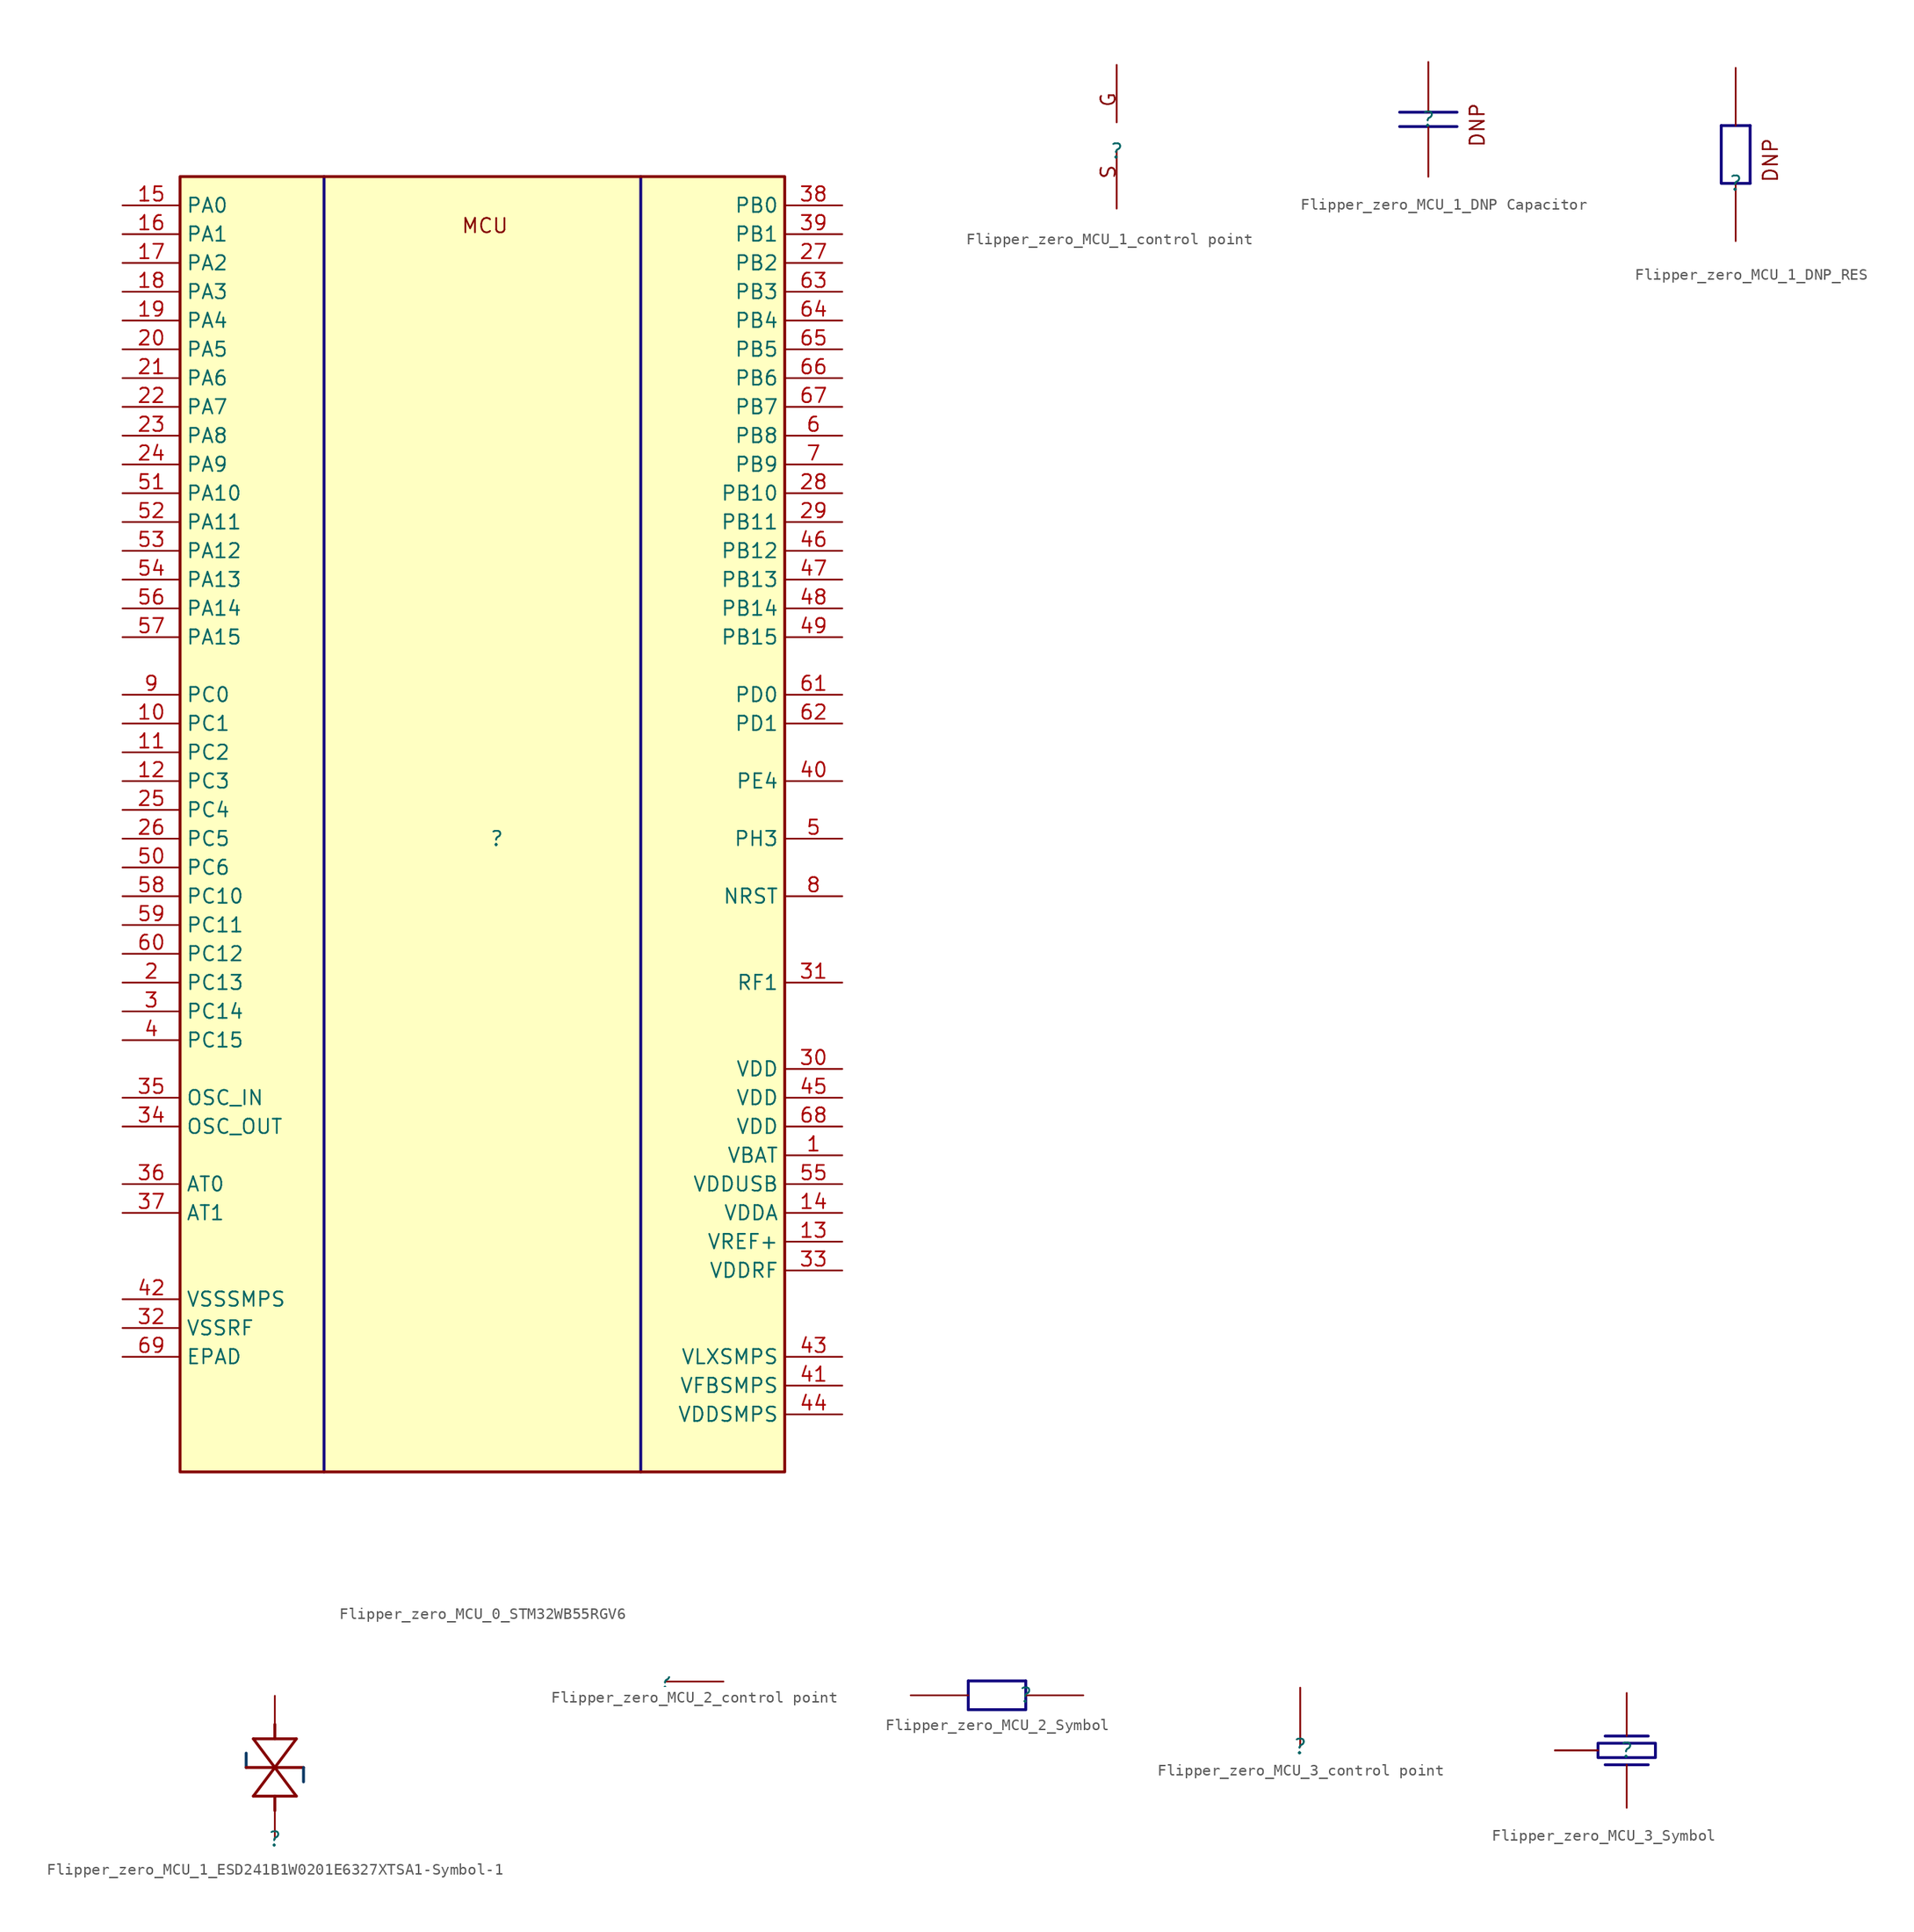
<source format=kicad_sym>
(kicad_symbol_lib
  (version 20220914)
  (generator kicad_symbol_editor)
  (symbol "Flipper_zero_MCU_0_STM32WB55RGV6"
    (property "Reference" ""
      (at 0 0 0)
      (effects (font (size 1.27 1.27))))
    (property "Value" ""
      (at 0 0 0)
      (effects (font (size 1.27 1.27))))
    (symbol "Flipper_zero_MCU_0_STM32WB55RGV6_1_0"
      (polyline (pts (xy -15.24 -55.88) (xy -15.24 58.42)) (stroke (width 0.254) (type solid) (color 17 3 127 1)) (fill (type none)))
      (polyline (pts (xy 12.7 58.42) (xy 12.7 -55.88)) (stroke (width 0.254) (type solid) (color 17 3 127 1)) (fill (type none)))
      (rectangle (start 25.4 58.42) (end -27.94 -55.88) (stroke (width 0.254) (type solid)) (fill (type background)))
      (text "MCU" (at -3.175 53.34 0) (effects (font (size 1.27 1.27)) (justify left bottom)))
      (pin power_in line (at 30.48 -27.94 180) (length 5.08) (name "VBAT" (effects (font (size 1.27 1.27)))) (number "1" (effects (font (size 1.27 1.27)))))
      (pin bidirectional line (at -33.02 10.16 0) (length 5.08) (name "PC1" (effects (font (size 1.27 1.27)))) (number "10" (effects (font (size 1.27 1.27)))))
      (pin input line (at -33.02 7.62 0) (length 5.08) (name "PC2" (effects (font (size 1.27 1.27)))) (number "11" (effects (font (size 1.27 1.27)))))
      (pin bidirectional line (at -33.02 5.08 0) (length 5.08) (name "PC3" (effects (font (size 1.27 1.27)))) (number "12" (effects (font (size 1.27 1.27)))))
      (pin power_in line (at 30.48 -35.56 180) (length 5.08) (name "VREF+" (effects (font (size 1.27 1.27)))) (number "13" (effects (font (size 1.27 1.27)))))
      (pin power_in line (at 30.48 -33.02 180) (length 5.08) (name "VDDA" (effects (font (size 1.27 1.27)))) (number "14" (effects (font (size 1.27 1.27)))))
      (pin input line (at -33.02 55.88 0) (length 5.08) (name "PA0" (effects (font (size 1.27 1.27)))) (number "15" (effects (font (size 1.27 1.27)))))
      (pin bidirectional line (at -33.02 53.34 0) (length 5.08) (name "PA1" (effects (font (size 1.27 1.27)))) (number "16" (effects (font (size 1.27 1.27)))))
      (pin output line (at -33.02 50.8 0) (length 5.08) (name "PA2" (effects (font (size 1.27 1.27)))) (number "17" (effects (font (size 1.27 1.27)))))
      (pin output line (at -33.02 48.26 0) (length 5.08) (name "PA3" (effects (font (size 1.27 1.27)))) (number "18" (effects (font (size 1.27 1.27)))))
      (pin bidirectional line (at -33.02 45.72 0) (length 5.08) (name "PA4" (effects (font (size 1.27 1.27)))) (number "19" (effects (font (size 1.27 1.27)))))
      (pin input line (at -33.02 -12.7 0) (length 5.08) (name "PC13" (effects (font (size 1.27 1.27)))) (number "2" (effects (font (size 1.27 1.27)))))
      (pin bidirectional line (at -33.02 43.18 0) (length 5.08) (name "PA5" (effects (font (size 1.27 1.27)))) (number "20" (effects (font (size 1.27 1.27)))))
      (pin bidirectional line (at -33.02 40.64 0) (length 5.08) (name "PA6" (effects (font (size 1.27 1.27)))) (number "21" (effects (font (size 1.27 1.27)))))
      (pin bidirectional line (at -33.02 38.1 0) (length 5.08) (name "PA7" (effects (font (size 1.27 1.27)))) (number "22" (effects (font (size 1.27 1.27)))))
      (pin output line (at -33.02 35.56 0) (length 5.08) (name "PA8" (effects (font (size 1.27 1.27)))) (number "23" (effects (font (size 1.27 1.27)))))
      (pin output line (at -33.02 33.02 0) (length 5.08) (name "PA9" (effects (font (size 1.27 1.27)))) (number "24" (effects (font (size 1.27 1.27)))))
      (pin output line (at -33.02 2.54 0) (length 5.08) (name "PC4" (effects (font (size 1.27 1.27)))) (number "25" (effects (font (size 1.27 1.27)))))
      (pin input line (at -33.02 0 0) (length 5.08) (name "PC5" (effects (font (size 1.27 1.27)))) (number "26" (effects (font (size 1.27 1.27)))))
      (pin bidirectional line (at 30.48 50.8 180) (length 5.08) (name "PB2" (effects (font (size 1.27 1.27)))) (number "27" (effects (font (size 1.27 1.27)))))
      (pin input line (at 30.48 30.48 180) (length 5.08) (name "PB10" (effects (font (size 1.27 1.27)))) (number "28" (effects (font (size 1.27 1.27)))))
      (pin input line (at 30.48 27.94 180) (length 5.08) (name "PB11" (effects (font (size 1.27 1.27)))) (number "29" (effects (font (size 1.27 1.27)))))
      (pin bidirectional line (at -33.02 -15.24 0) (length 5.08) (name "PC14" (effects (font (size 1.27 1.27)))) (number "3" (effects (font (size 1.27 1.27)))))
      (pin power_in line (at 30.48 -20.32 180) (length 5.08) (name "VDD" (effects (font (size 1.27 1.27)))) (number "30" (effects (font (size 1.27 1.27)))))
      (pin bidirectional line (at 30.48 -12.7 180) (length 5.08) (name "RF1" (effects (font (size 1.27 1.27)))) (number "31" (effects (font (size 1.27 1.27)))))
      (pin power_in line (at -33.02 -43.18 0) (length 5.08) (name "VSSRF" (effects (font (size 1.27 1.27)))) (number "32" (effects (font (size 1.27 1.27)))))
      (pin power_in line (at 30.48 -38.1 180) (length 5.08) (name "VDDRF" (effects (font (size 1.27 1.27)))) (number "33" (effects (font (size 1.27 1.27)))))
      (pin output line (at -33.02 -25.4 0) (length 5.08) (name "OSC_OUT" (effects (font (size 1.27 1.27)))) (number "34" (effects (font (size 1.27 1.27)))))
      (pin input line (at -33.02 -22.86 0) (length 5.08) (name "OSC_IN" (effects (font (size 1.27 1.27)))) (number "35" (effects (font (size 1.27 1.27)))))
      (pin output line (at -33.02 -30.48 0) (length 5.08) (name "AT0" (effects (font (size 1.27 1.27)))) (number "36" (effects (font (size 1.27 1.27)))))
      (pin output line (at -33.02 -33.02 0) (length 5.08) (name "AT1" (effects (font (size 1.27 1.27)))) (number "37" (effects (font (size 1.27 1.27)))))
      (pin output line (at 30.48 55.88 180) (length 5.08) (name "PB0" (effects (font (size 1.27 1.27)))) (number "38" (effects (font (size 1.27 1.27)))))
      (pin output line (at 30.48 53.34 180) (length 5.08) (name "PB1" (effects (font (size 1.27 1.27)))) (number "39" (effects (font (size 1.27 1.27)))))
      (pin bidirectional line (at -33.02 -17.78 0) (length 5.08) (name "PC15" (effects (font (size 1.27 1.27)))) (number "4" (effects (font (size 1.27 1.27)))))
      (pin output line (at 30.48 5.08 180) (length 5.08) (name "PE4" (effects (font (size 1.27 1.27)))) (number "40" (effects (font (size 1.27 1.27)))))
      (pin power_in line (at 30.48 -48.26 180) (length 5.08) (name "VFBSMPS" (effects (font (size 1.27 1.27)))) (number "41" (effects (font (size 1.27 1.27)))))
      (pin power_in line (at -33.02 -40.64 0) (length 5.08) (name "VSSSMPS" (effects (font (size 1.27 1.27)))) (number "42" (effects (font (size 1.27 1.27)))))
      (pin power_in line (at 30.48 -45.72 180) (length 5.08) (name "VLXSMPS" (effects (font (size 1.27 1.27)))) (number "43" (effects (font (size 1.27 1.27)))))
      (pin power_in line (at 30.48 -50.8 180) (length 5.08) (name "VDDSMPS" (effects (font (size 1.27 1.27)))) (number "44" (effects (font (size 1.27 1.27)))))
      (pin power_in line (at 30.48 -22.86 180) (length 5.08) (name "VDD" (effects (font (size 1.27 1.27)))) (number "45" (effects (font (size 1.27 1.27)))))
      (pin input line (at 30.48 25.4 180) (length 5.08) (name "PB12" (effects (font (size 1.27 1.27)))) (number "46" (effects (font (size 1.27 1.27)))))
      (pin output line (at 30.48 22.86 180) (length 5.08) (name "PB13" (effects (font (size 1.27 1.27)))) (number "47" (effects (font (size 1.27 1.27)))))
      (pin bidirectional line (at 30.48 20.32 180) (length 5.08) (name "PB14" (effects (font (size 1.27 1.27)))) (number "48" (effects (font (size 1.27 1.27)))))
      (pin output line (at 30.48 17.78 180) (length 5.08) (name "PB15" (effects (font (size 1.27 1.27)))) (number "49" (effects (font (size 1.27 1.27)))))
      (pin input line (at 30.48 0 180) (length 5.08) (name "PH3" (effects (font (size 1.27 1.27)))) (number "5" (effects (font (size 1.27 1.27)))))
      (pin input line (at -33.02 -2.54 0) (length 5.08) (name "PC6" (effects (font (size 1.27 1.27)))) (number "50" (effects (font (size 1.27 1.27)))))
      (pin bidirectional line (at -33.02 30.48 0) (length 5.08) (name "PA10" (effects (font (size 1.27 1.27)))) (number "51" (effects (font (size 1.27 1.27)))))
      (pin bidirectional line (at -33.02 27.94 0) (length 5.08) (name "PA11" (effects (font (size 1.27 1.27)))) (number "52" (effects (font (size 1.27 1.27)))))
      (pin bidirectional line (at -33.02 25.4 0) (length 5.08) (name "PA12" (effects (font (size 1.27 1.27)))) (number "53" (effects (font (size 1.27 1.27)))))
      (pin bidirectional line (at -33.02 22.86 0) (length 5.08) (name "PA13" (effects (font (size 1.27 1.27)))) (number "54" (effects (font (size 1.27 1.27)))))
      (pin power_in line (at 30.48 -30.48 180) (length 5.08) (name "VDDUSB" (effects (font (size 1.27 1.27)))) (number "55" (effects (font (size 1.27 1.27)))))
      (pin output line (at -33.02 20.32 0) (length 5.08) (name "PA14" (effects (font (size 1.27 1.27)))) (number "56" (effects (font (size 1.27 1.27)))))
      (pin input line (at -33.02 17.78 0) (length 5.08) (name "PA15" (effects (font (size 1.27 1.27)))) (number "57" (effects (font (size 1.27 1.27)))))
      (pin input line (at -33.02 -5.08 0) (length 5.08) (name "PC10" (effects (font (size 1.27 1.27)))) (number "58" (effects (font (size 1.27 1.27)))))
      (pin output line (at -33.02 -7.62 0) (length 5.08) (name "PC11" (effects (font (size 1.27 1.27)))) (number "59" (effects (font (size 1.27 1.27)))))
      (pin output line (at 30.48 35.56 180) (length 5.08) (name "PB8" (effects (font (size 1.27 1.27)))) (number "6" (effects (font (size 1.27 1.27)))))
      (pin output line (at -33.02 -10.16 0) (length 5.08) (name "PC12" (effects (font (size 1.27 1.27)))) (number "60" (effects (font (size 1.27 1.27)))))
      (pin output line (at 30.48 12.7 180) (length 5.08) (name "PD0" (effects (font (size 1.27 1.27)))) (number "61" (effects (font (size 1.27 1.27)))))
      (pin output line (at 30.48 10.16 180) (length 5.08) (name "PD1" (effects (font (size 1.27 1.27)))) (number "62" (effects (font (size 1.27 1.27)))))
      (pin bidirectional line (at 30.48 48.26 180) (length 5.08) (name "PB3" (effects (font (size 1.27 1.27)))) (number "63" (effects (font (size 1.27 1.27)))))
      (pin input line (at 30.48 45.72 180) (length 5.08) (name "PB4" (effects (font (size 1.27 1.27)))) (number "64" (effects (font (size 1.27 1.27)))))
      (pin output line (at 30.48 43.18 180) (length 5.08) (name "PB5" (effects (font (size 1.27 1.27)))) (number "65" (effects (font (size 1.27 1.27)))))
      (pin output line (at 30.48 40.64 180) (length 5.08) (name "PB6" (effects (font (size 1.27 1.27)))) (number "66" (effects (font (size 1.27 1.27)))))
      (pin input line (at 30.48 38.1 180) (length 5.08) (name "PB7" (effects (font (size 1.27 1.27)))) (number "67" (effects (font (size 1.27 1.27)))))
      (pin power_in line (at 30.48 -25.4 180) (length 5.08) (name "VDD" (effects (font (size 1.27 1.27)))) (number "68" (effects (font (size 1.27 1.27)))))
      (pin power_in line (at -33.02 -45.72 0) (length 5.08) (name "EPAD" (effects (font (size 1.27 1.27)))) (number "69" (effects (font (size 1.27 1.27)))))
      (pin output line (at 30.48 33.02 180) (length 5.08) (name "PB9" (effects (font (size 1.27 1.27)))) (number "7" (effects (font (size 1.27 1.27)))))
      (pin input line (at 30.48 -5.08 180) (length 5.08) (name "NRST" (effects (font (size 1.27 1.27)))) (number "8" (effects (font (size 1.27 1.27)))))
      (pin bidirectional line (at -33.02 12.7 0) (length 5.08) (name "PC0" (effects (font (size 1.27 1.27)))) (number "9" (effects (font (size 1.27 1.27)))))))
  (symbol "Flipper_zero_MCU_1_control point"
    (property "Reference" ""
      (at 0 0 0)
      (effects (font (size 1.27 1.27))))
    (property "Value" ""
      (at 0 0 0)
      (effects (font (size 1.27 1.27))))
    (symbol "Flipper_zero_MCU_1_control point_1_0"
      (text "G" (at 0 3.81 900) (effects (font (size 1.27 1.27)) (justify left bottom)))
      (text "S" (at 0 -2.54 900) (effects (font (size 1.27 1.27)) (justify left bottom)))
      (pin passive line (at 0 -5.08 90) (length 5.08) (name "S" (effects (font (size 0 0)))) (number "1" (effects (font (size 0 0)))))
      (pin passive line (at 0 7.62 270) (length 5.08) (name "G" (effects (font (size 0 0)))) (number "2" (effects (font (size 0 0)))))))
  (symbol "Flipper_zero_MCU_1_DNP Capacitor"
    (property "Reference" ""
      (at 0 0 0)
      (effects (font (size 1.27 1.27))))
    (property "Value" ""
      (at 0 0 0)
      (effects (font (size 1.27 1.27))))
    (symbol "Flipper_zero_MCU_1_DNP Capacitor_1_0"
      (polyline (pts (xy -2.54 -0.635) (xy 2.54 -0.635)) (stroke (width 0.254) (type solid) (color 17 3 127 1)) (fill (type none)))
      (polyline (pts (xy -2.54 0.635) (xy 2.54 0.635)) (stroke (width 0.254) (type solid) (color 17 3 127 1)) (fill (type none)))
      (text "DNP" (at 5.08 -2.54 900) (effects (font (size 1.27 1.27)) (justify left bottom)))
      (pin passive line (at 0 -5.08 90) (length 4.445) (name "1" (effects (font (size 0 0)))) (number "1" (effects (font (size 0 0)))))
      (pin passive line (at 0 5.08 270) (length 4.445) (name "2" (effects (font (size 0 0)))) (number "2" (effects (font (size 0 0)))))))
  (symbol "Flipper_zero_MCU_1_DNP_RES"
    (property "Reference" ""
      (at 0 0 0)
      (effects (font (size 1.27 1.27))))
    (property "Value" ""
      (at 0 0 0)
      (effects (font (size 1.27 1.27))))
    (symbol "Flipper_zero_MCU_1_DNP_RES_1_0"
      (polyline (pts (xy -1.27 5.08) (xy 1.27 5.08)) (stroke (width 0.254) (type solid) (color 17 3 127 1)) (fill (type none)))
      (polyline (pts (xy 1.27 0) (xy 1.27 5.08)) (stroke (width 0.254) (type solid) (color 17 3 127 1)) (fill (type none)))
      (polyline (pts (xy 1.27 0) (xy -1.27 0) (xy -1.27 5.08)) (stroke (width 0.254) (type solid) (color 17 3 127 1)) (fill (type none)))
      (text "DNP" (at 3.81 0 900) (effects (font (size 1.27 1.27)) (justify left bottom)))
      (pin passive line (at 0 10.16 270) (length 5.08) (name "1" (effects (font (size 0 0)))) (number "1" (effects (font (size 0 0)))))
      (pin passive line (at 0 -5.08 90) (length 5.08) (name "2" (effects (font (size 0 0)))) (number "2" (effects (font (size 0 0)))))))
  (symbol "Flipper_zero_MCU_1_ESD241B1W0201E6327XTSA1-Symbol-1"
    (property "Reference" ""
      (at 0 0 0)
      (effects (font (size 1.27 1.27))))
    (property "Value" ""
      (at 0 0 0)
      (effects (font (size 1.27 1.27))))
    (symbol "Flipper_zero_MCU_1_ESD241B1W0201E6327XTSA1-Symbol-1_1_0"
      (polyline (pts (xy -2.54 6.35) (xy -2.54 7.62)) (stroke (width 0.254) (type solid) (color 7 55 99 1)) (fill (type none)))
      (polyline (pts (xy -1.905 3.81) (xy 1.905 3.81)) (stroke (width 0.254) (type solid)) (fill (type none)))
      (polyline (pts (xy -1.905 8.89) (xy 1.905 8.89)) (stroke (width 0.254) (type solid)) (fill (type none)))
      (polyline (pts (xy 0 2.54) (xy 0 3.81)) (stroke (width 0.254) (type solid)) (fill (type none)))
      (polyline (pts (xy 0 6.35) (xy -1.905 3.81)) (stroke (width 0.254) (type solid)) (fill (type none)))
      (polyline (pts (xy 0 6.35) (xy -1.905 8.89)) (stroke (width 0.254) (type solid)) (fill (type none)))
      (polyline (pts (xy 0 8.89) (xy 0 10.16)) (stroke (width 0.254) (type solid)) (fill (type none)))
      (polyline (pts (xy 1.905 3.81) (xy 0 6.35)) (stroke (width 0.254) (type solid)) (fill (type none)))
      (polyline (pts (xy 1.905 8.89) (xy 0 6.35)) (stroke (width 0.254) (type solid)) (fill (type none)))
      (polyline (pts (xy 2.54 5.08) (xy 2.54 6.35)) (stroke (width 0.254) (type solid) (color 7 55 99 1)) (fill (type none)))
      (polyline (pts (xy 2.54 6.35) (xy -2.54 6.35)) (stroke (width 0.254) (type solid)) (fill (type none)))
      (pin passive line (at 0 12.7 270) (length 2.54) (name "1" (effects (font (size 0 0)))) (number "1" (effects (font (size 0 0)))))
      (pin passive line (at 0 0 90) (length 2.54) (name "2" (effects (font (size 0 0)))) (number "2" (effects (font (size 0 0)))))))
  (symbol "Flipper_zero_MCU_2_control point"
    (property "Reference" ""
      (at 0 0 0)
      (effects (font (size 1.27 1.27))))
    (property "Value" ""
      (at 0 0 0)
      (effects (font (size 1.27 1.27))))
    (symbol "Flipper_zero_MCU_2_control point_1_0"
      (pin passive line (at 5.08 0 180) (length 5.08) (name "1" (effects (font (size 0 0)))) (number "1" (effects (font (size 0 0)))))))
  (symbol "Flipper_zero_MCU_2_Symbol"
    (property "Reference" ""
      (at 0 0 0)
      (effects (font (size 1.27 1.27))))
    (property "Value" ""
      (at 0 0 0)
      (effects (font (size 1.27 1.27))))
    (symbol "Flipper_zero_MCU_2_Symbol_1_0"
      (polyline (pts (xy -5.08 -1.27) (xy -5.08 1.27)) (stroke (width 0.254) (type solid) (color 17 3 127 1)) (fill (type none)))
      (polyline (pts (xy 0 1.27) (xy -5.08 1.27)) (stroke (width 0.254) (type solid) (color 17 3 127 1)) (fill (type none)))
      (polyline (pts (xy 0 1.27) (xy 0 -1.27) (xy -5.08 -1.27)) (stroke (width 0.254) (type solid) (color 17 3 127 1)) (fill (type none)))
      (pin passive line (at -10.16 0 0) (length 5.08) (name "1" (effects (font (size 0 0)))) (number "1" (effects (font (size 0 0)))))
      (pin passive line (at 5.08 0 180) (length 5.08) (name "2" (effects (font (size 0 0)))) (number "2" (effects (font (size 0 0)))))))
  (symbol "Flipper_zero_MCU_3_control point"
    (property "Reference" ""
      (at 0 0 0)
      (effects (font (size 1.27 1.27))))
    (property "Value" ""
      (at 0 0 0)
      (effects (font (size 1.27 1.27))))
    (symbol "Flipper_zero_MCU_3_control point_1_0"
      (pin passive line (at 0 5.08 270) (length 5.08) (name "1" (effects (font (size 0 0)))) (number "1" (effects (font (size 0 0)))))))
  (symbol "Flipper_zero_MCU_3_Symbol"
    (property "Reference" ""
      (at 0 0 0)
      (effects (font (size 1.27 1.27))))
    (property "Value" ""
      (at 0 0 0)
      (effects (font (size 1.27 1.27))))
    (symbol "Flipper_zero_MCU_3_Symbol_1_0"
      (polyline (pts (xy 1.905 -1.27) (xy -1.905 -1.27)) (stroke (width 0.254) (type solid) (color 17 3 127 1)) (fill (type none)))
      (polyline (pts (xy 1.905 1.27) (xy -1.905 1.27)) (stroke (width 0.254) (type solid) (color 17 3 127 1)) (fill (type none)))
      (polyline (pts (xy 2.54 0.635) (xy -2.54 0.635) (xy -2.54 -0.635) (xy 2.54 -0.635) (xy 2.54 0.635)) (stroke (width 0.254) (type solid) (color 17 3 127 1)) (fill (type none)))
      (pin tri_state line (at 0 5.08 270) (length 3.81) (name "1" (effects (font (size 0 0)))) (number "1" (effects (font (size 0 0)))))
      (pin passive line (at -6.35 0 0) (length 3.81) (name "2" (effects (font (size 0 0)))) (number "2" (effects (font (size 0 0)))))
      (pin passive line (at 0 -5.08 90) (length 3.81) (name "3" (effects (font (size 0 0)))) (number "3" (effects (font (size 0 0)))))
      (pin passive line (at -6.35 0 0) (length 3.81) (name "4" (effects (font (size 0 0)))) (number "4" (effects (font (size 0 0))))))))
</source>
